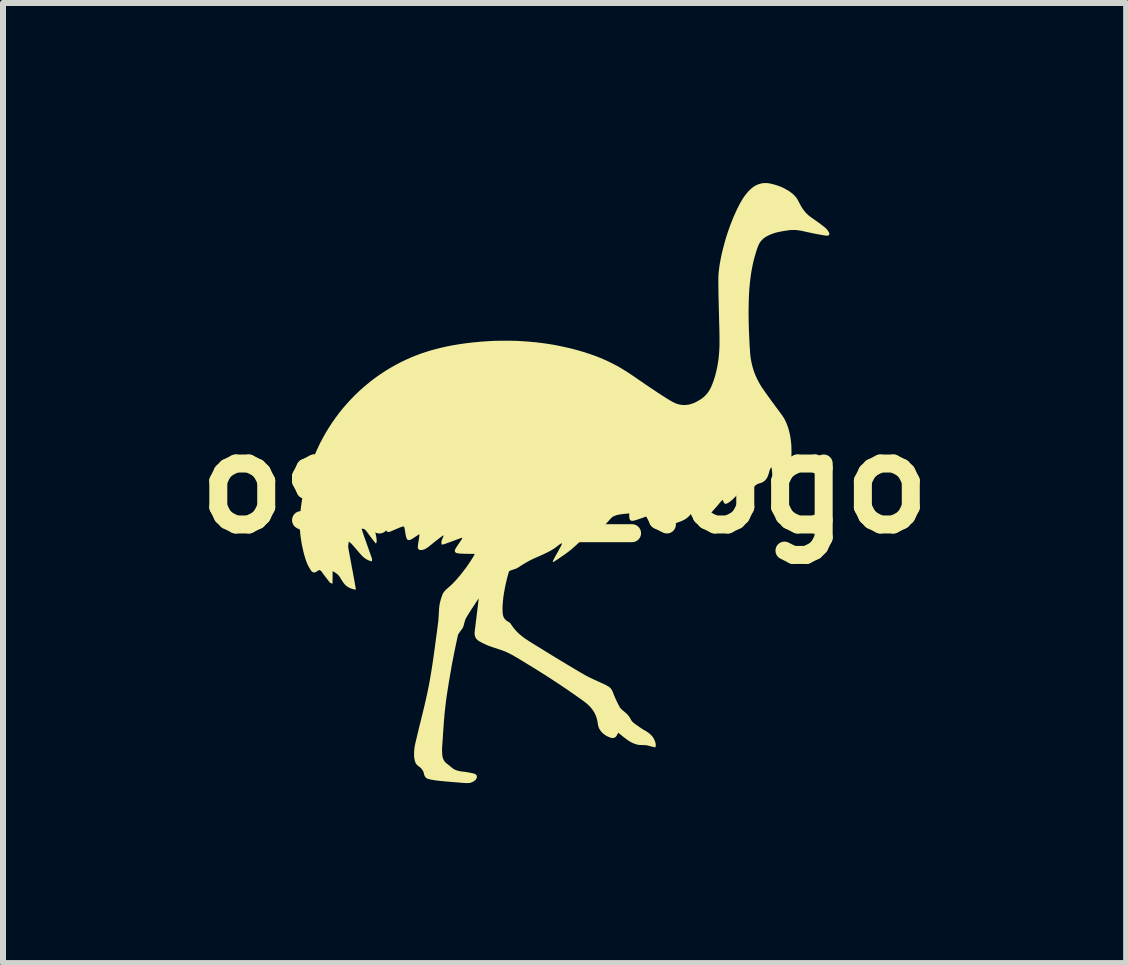
<source format=kicad_pcb>
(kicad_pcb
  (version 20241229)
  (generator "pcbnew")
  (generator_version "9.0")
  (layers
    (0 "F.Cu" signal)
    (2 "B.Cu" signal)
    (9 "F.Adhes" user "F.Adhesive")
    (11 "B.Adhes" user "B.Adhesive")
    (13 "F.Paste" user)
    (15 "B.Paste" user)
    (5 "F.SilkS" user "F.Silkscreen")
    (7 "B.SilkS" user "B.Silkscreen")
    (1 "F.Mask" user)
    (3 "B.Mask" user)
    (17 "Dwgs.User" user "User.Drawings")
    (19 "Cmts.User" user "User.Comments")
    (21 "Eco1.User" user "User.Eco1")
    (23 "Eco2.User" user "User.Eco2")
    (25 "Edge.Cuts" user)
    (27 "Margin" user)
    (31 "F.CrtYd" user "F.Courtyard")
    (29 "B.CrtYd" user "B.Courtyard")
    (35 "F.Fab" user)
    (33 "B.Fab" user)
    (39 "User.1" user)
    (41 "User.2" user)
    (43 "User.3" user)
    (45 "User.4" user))
  (footprint "osmu_logo"
    (layer "F.Cu")
    (at 6.357 5)
    (property "Reference" "osmu_logo" (at 0 0 0) (layer "F.SilkS") (effects (font (size 1.524 1.524) (thickness 0.3))))
    (attr board_only exclude_from_pos_files exclude_from_bom)
    (fp_poly (pts (xy 3.391 -4.998) (xy 3.402 -4.996) (xy 3.423 -4.992) (xy 3.447 -4.987) (xy 3.472 -4.981) (xy 3.498 -4.974) (xy 3.524 -4.966) (xy 3.55 -4.958) (xy 3.575 -4.949) (xy 3.598 -4.94) (xy 3.604 -4.938) (xy 3.638 -4.923) (xy 3.671 -4.906) (xy 3.703 -4.888) (xy 3.734 -4.87) (xy 3.762 -4.85) (xy 3.789 -4.83) (xy 3.812 -4.81) (xy 3.821 -4.802) (xy 3.833 -4.79) (xy 3.843 -4.779) (xy 3.852 -4.768) (xy 3.861 -4.757) (xy 3.87 -4.745) (xy 3.878 -4.732) (xy 3.887 -4.717) (xy 3.896 -4.7) (xy 3.906 -4.68) (xy 3.907 -4.679) (xy 3.921 -4.652) (xy 3.934 -4.629) (xy 3.946 -4.607) (xy 3.958 -4.587) (xy 3.971 -4.569) (xy 3.983 -4.551) (xy 3.996 -4.535) (xy 4.01 -4.518) (xy 4.016 -4.51) (xy 4.03 -4.495) (xy 4.045 -4.481) (xy 4.059 -4.467) (xy 4.075 -4.454) (xy 4.093 -4.44) (xy 4.112 -4.426) (xy 4.132 -4.412) (xy 4.148 -4.401) (xy 4.164 -4.39) (xy 4.182 -4.377) (xy 4.2 -4.364) (xy 4.218 -4.351) (xy 4.237 -4.338) (xy 4.255 -4.325) (xy 4.272 -4.312) (xy 4.288 -4.299) (xy 4.304 -4.288) (xy 4.317 -4.277) (xy 4.33 -4.267) (xy 4.34 -4.259) (xy 4.348 -4.252) (xy 4.351 -4.249) (xy 4.36 -4.24) (xy 4.369 -4.23) (xy 4.379 -4.218) (xy 4.388 -4.206) (xy 4.395 -4.195) (xy 4.402 -4.184) (xy 4.407 -4.175) (xy 4.409 -4.17) (xy 4.412 -4.161) (xy 4.412 -4.152) (xy 4.411 -4.143) (xy 4.409 -4.137) (xy 4.408 -4.136) (xy 4.405 -4.133) (xy 4.4 -4.129) (xy 4.397 -4.127) (xy 4.392 -4.125) (xy 4.385 -4.124) (xy 4.378 -4.123) (xy 4.368 -4.123) (xy 4.357 -4.124) (xy 4.343 -4.126) (xy 4.326 -4.128) (xy 4.321 -4.129) (xy 4.304 -4.132) (xy 4.284 -4.135) (xy 4.262 -4.139) (xy 4.238 -4.144) (xy 4.213 -4.148) (xy 4.187 -4.153) (xy 4.161 -4.158) (xy 4.135 -4.163) (xy 4.11 -4.169) (xy 4.086 -4.174) (xy 4.064 -4.178) (xy 4.043 -4.183) (xy 4.036 -4.185) (xy 4.007 -4.191) (xy 3.981 -4.197) (xy 3.958 -4.202) (xy 3.937 -4.206) (xy 3.918 -4.209) (xy 3.9 -4.212) (xy 3.884 -4.214) (xy 3.868 -4.216) (xy 3.853 -4.217) (xy 3.838 -4.218) (xy 3.823 -4.218) (xy 3.807 -4.218) (xy 3.803 -4.218) (xy 3.791 -4.217) (xy 3.778 -4.217) (xy 3.766 -4.216) (xy 3.752 -4.215) (xy 3.737 -4.213) (xy 3.721 -4.211) (xy 3.703 -4.208) (xy 3.682 -4.205) (xy 3.664 -4.203) (xy 3.621 -4.195) (xy 3.58 -4.187) (xy 3.542 -4.179) (xy 3.507 -4.169) (xy 3.473 -4.158) (xy 3.441 -4.146) (xy 3.41 -4.132) (xy 3.396 -4.126) (xy 3.376 -4.116) (xy 3.359 -4.106) (xy 3.344 -4.097) (xy 3.33 -4.087) (xy 3.316 -4.077) (xy 3.303 -4.065) (xy 3.3 -4.061) (xy 3.285 -4.047) (xy 3.272 -4.032) (xy 3.26 -4.016) (xy 3.25 -4) (xy 3.24 -3.982) (xy 3.231 -3.962) (xy 3.222 -3.94) (xy 3.213 -3.915) (xy 3.212 -3.914) (xy 3.19 -3.846) (xy 3.17 -3.777) (xy 3.151 -3.707) (xy 3.135 -3.637) (xy 3.121 -3.565) (xy 3.108 -3.491) (xy 3.098 -3.416) (xy 3.089 -3.338) (xy 3.085 -3.299) (xy 3.083 -3.272) (xy 3.08 -3.246) (xy 3.078 -3.219) (xy 3.077 -3.193) (xy 3.075 -3.165) (xy 3.074 -3.137) (xy 3.073 -3.108) (xy 3.071 -3.076) (xy 3.07 -3.043) (xy 3.069 -3.007) (xy 3.069 -2.969) (xy 3.068 -2.947) (xy 3.067 -2.88) (xy 3.067 -2.811) (xy 3.068 -2.738) (xy 3.069 -2.663) (xy 3.071 -2.586) (xy 3.074 -2.505) (xy 3.078 -2.421) (xy 3.082 -2.334) (xy 3.087 -2.245) (xy 3.088 -2.233) (xy 3.09 -2.209) (xy 3.091 -2.189) (xy 3.092 -2.17) (xy 3.094 -2.153) (xy 3.095 -2.138) (xy 3.097 -2.124) (xy 3.098 -2.11) (xy 3.1 -2.096) (xy 3.101 -2.088) (xy 3.112 -2.026) (xy 3.125 -1.966) (xy 3.142 -1.906) (xy 3.161 -1.848) (xy 3.184 -1.79) (xy 3.21 -1.733) (xy 3.239 -1.677) (xy 3.272 -1.621) (xy 3.288 -1.595) (xy 3.296 -1.583) (xy 3.306 -1.569) (xy 3.318 -1.552) (xy 3.331 -1.533) (xy 3.346 -1.512) (xy 3.362 -1.489) (xy 3.38 -1.464) (xy 3.399 -1.438) (xy 3.419 -1.41) (xy 3.44 -1.381) (xy 3.463 -1.35) (xy 3.486 -1.319) (xy 3.51 -1.286) (xy 3.534 -1.253) (xy 3.56 -1.219) (xy 3.57 -1.205) (xy 3.585 -1.185) (xy 3.598 -1.166) (xy 3.61 -1.151) (xy 3.62 -1.136) (xy 3.629 -1.124) (xy 3.637 -1.112) (xy 3.644 -1.102) (xy 3.65 -1.092) (xy 3.656 -1.083) (xy 3.661 -1.074) (xy 3.666 -1.065) (xy 3.671 -1.056) (xy 3.676 -1.046) (xy 3.681 -1.036) (xy 3.7 -0.993) (xy 3.718 -0.947) (xy 3.733 -0.899) (xy 3.746 -0.849) (xy 3.758 -0.797) (xy 3.767 -0.743) (xy 3.774 -0.687) (xy 3.779 -0.63) (xy 3.781 -0.571) (xy 3.782 -0.51) (xy 3.781 -0.496) (xy 3.781 -0.475) (xy 3.78 -0.456) (xy 3.78 -0.44) (xy 3.779 -0.426) (xy 3.778 -0.413) (xy 3.776 -0.401) (xy 3.774 -0.39) (xy 3.771 -0.378) (xy 3.767 -0.366) (xy 3.763 -0.353) (xy 3.758 -0.338) (xy 3.752 -0.321) (xy 3.745 -0.302) (xy 3.743 -0.297) (xy 3.738 -0.285) (xy 3.734 -0.275) (xy 3.731 -0.269) (xy 3.727 -0.264) (xy 3.724 -0.261) (xy 3.721 -0.26) (xy 3.719 -0.26) (xy 3.714 -0.261) (xy 3.709 -0.263) (xy 3.705 -0.268) (xy 3.7 -0.275) (xy 3.695 -0.285) (xy 3.69 -0.297) (xy 3.684 -0.313) (xy 3.683 -0.314) (xy 3.681 -0.322) (xy 3.678 -0.329) (xy 3.676 -0.334) (xy 3.675 -0.336) (xy 3.675 -0.337) (xy 3.673 -0.337) (xy 3.67 -0.335) (xy 3.665 -0.331) (xy 3.66 -0.325) (xy 3.653 -0.318) (xy 3.651 -0.315) (xy 3.643 -0.305) (xy 3.635 -0.294) (xy 3.627 -0.283) (xy 3.62 -0.27) (xy 3.613 -0.256) (xy 3.605 -0.24) (xy 3.597 -0.222) (xy 3.588 -0.202) (xy 3.578 -0.179) (xy 3.569 -0.158) (xy 3.56 -0.141) (xy 3.552 -0.125) (xy 3.544 -0.112) (xy 3.536 -0.099) (xy 3.528 -0.088) (xy 3.528 -0.088) (xy 3.524 -0.083) (xy 3.519 -0.077) (xy 3.513 -0.071) (xy 3.507 -0.065) (xy 3.502 -0.06) (xy 3.497 -0.055) (xy 3.494 -0.053) (xy 3.493 -0.052) (xy 3.491 -0.054) (xy 3.488 -0.057) (xy 3.485 -0.063) (xy 3.481 -0.069) (xy 3.477 -0.076) (xy 3.474 -0.083) (xy 3.474 -0.084) (xy 3.47 -0.093) (xy 3.467 -0.101) (xy 3.465 -0.11) (xy 3.463 -0.12) (xy 3.462 -0.132) (xy 3.461 -0.145) (xy 3.46 -0.161) (xy 3.459 -0.176) (xy 3.458 -0.193) (xy 3.457 -0.209) (xy 3.455 -0.222) (xy 3.453 -0.233) (xy 3.451 -0.243) (xy 3.449 -0.253) (xy 3.448 -0.255) (xy 3.444 -0.268) (xy 3.436 -0.252) (xy 3.429 -0.238) (xy 3.423 -0.227) (xy 3.419 -0.215) (xy 3.415 -0.204) (xy 3.411 -0.191) (xy 3.41 -0.184) (xy 3.402 -0.157) (xy 3.394 -0.133) (xy 3.386 -0.112) (xy 3.377 -0.093) (xy 3.367 -0.076) (xy 3.366 -0.075) (xy 3.352 -0.057) (xy 3.338 -0.041) (xy 3.321 -0.028) (xy 3.303 -0.016) (xy 3.283 -0.007) (xy 3.261 0.000075) (xy 3.258 0.001) (xy 3.239 0.006) (xy 3.223 0.012) (xy 3.209 0.019) (xy 3.197 0.027) (xy 3.184 0.036) (xy 3.174 0.046) (xy 3.168 0.052) (xy 3.163 0.057) (xy 3.158 0.063) (xy 3.153 0.069) (xy 3.147 0.077) (xy 3.14 0.086) (xy 3.132 0.097) (xy 3.125 0.107) (xy 3.111 0.126) (xy 3.098 0.143) (xy 3.087 0.157) (xy 3.076 0.169) (xy 3.067 0.179) (xy 3.058 0.187) (xy 3.05 0.194) (xy 3.041 0.2) (xy 3.033 0.204) (xy 3.025 0.208) (xy 3.024 0.208) (xy 3.018 0.21) (xy 3.011 0.212) (xy 3.003 0.214) (xy 2.994 0.216) (xy 2.986 0.218) (xy 2.979 0.22) (xy 2.974 0.22) (xy 2.973 0.22) (xy 2.972 0.22) (xy 2.971 0.219) (xy 2.97 0.217) (xy 2.968 0.214) (xy 2.967 0.208) (xy 2.965 0.201) (xy 2.963 0.192) (xy 2.96 0.179) (xy 2.958 0.171) (xy 2.955 0.159) (xy 2.953 0.148) (xy 2.95 0.139) (xy 2.949 0.131) (xy 2.947 0.126) (xy 2.946 0.123) (xy 2.946 0.123) (xy 2.945 0.124) (xy 2.942 0.127) (xy 2.937 0.132) (xy 2.931 0.139) (xy 2.924 0.146) (xy 2.917 0.153) (xy 2.896 0.177) (xy 2.874 0.199) (xy 2.854 0.22) (xy 2.834 0.24) (xy 2.815 0.258) (xy 2.798 0.274) (xy 2.783 0.287) (xy 2.769 0.299) (xy 2.769 0.299) (xy 2.751 0.313) (xy 2.735 0.324) (xy 2.72 0.333) (xy 2.708 0.339) (xy 2.697 0.343) (xy 2.687 0.345) (xy 2.679 0.345) (xy 2.677 0.345) (xy 2.669 0.341) (xy 2.661 0.334) (xy 2.654 0.324) (xy 2.648 0.312) (xy 2.642 0.296) (xy 2.641 0.293) (xy 2.639 0.287) (xy 2.637 0.283) (xy 2.636 0.28) (xy 2.636 0.28) (xy 2.634 0.281) (xy 2.63 0.283) (xy 2.626 0.287) (xy 2.62 0.292) (xy 2.614 0.298) (xy 2.608 0.304) (xy 2.607 0.305) (xy 2.604 0.309) (xy 2.599 0.315) (xy 2.592 0.322) (xy 2.585 0.331) (xy 2.576 0.342) (xy 2.567 0.353) (xy 2.557 0.364) (xy 2.553 0.369) (xy 2.53 0.396) (xy 2.509 0.42) (xy 2.49 0.441) (xy 2.473 0.461) (xy 2.458 0.478) (xy 2.443 0.493) (xy 2.43 0.506) (xy 2.419 0.518) (xy 2.409 0.528) (xy 2.399 0.536) (xy 2.392 0.542) (xy 2.374 0.554) (xy 2.354 0.566) (xy 2.332 0.578) (xy 2.313 0.588) (xy 2.298 0.595) (xy 2.285 0.6) (xy 2.275 0.604) (xy 2.266 0.606) (xy 2.259 0.607) (xy 2.257 0.607) (xy 2.248 0.607) (xy 2.242 0.604) (xy 2.237 0.599) (xy 2.234 0.592) (xy 2.233 0.582) (xy 2.233 0.58) (xy 2.233 0.577) (xy 2.233 0.573) (xy 2.233 0.569) (xy 2.233 0.565) (xy 2.234 0.559) (xy 2.235 0.553) (xy 2.237 0.544) (xy 2.239 0.534) (xy 2.241 0.522) (xy 2.244 0.507) (xy 2.247 0.49) (xy 2.251 0.471) (xy 2.256 0.446) (xy 2.26 0.425) (xy 2.264 0.406) (xy 2.267 0.389) (xy 2.27 0.375) (xy 2.272 0.363) (xy 2.274 0.353) (xy 2.276 0.344) (xy 2.277 0.337) (xy 2.278 0.331) (xy 2.279 0.326) (xy 2.279 0.322) (xy 2.279 0.318) (xy 2.28 0.315) (xy 2.28 0.312) (xy 2.28 0.308) (xy 2.28 0.288) (xy 2.273 0.285) (xy 2.266 0.283) (xy 2.24 0.32) (xy 2.234 0.329) (xy 2.226 0.341) (xy 2.217 0.354) (xy 2.207 0.369) (xy 2.196 0.384) (xy 2.186 0.399) (xy 2.176 0.414) (xy 2.171 0.422) (xy 2.158 0.442) (xy 2.146 0.459) (xy 2.136 0.474) (xy 2.127 0.487) (xy 2.119 0.498) (xy 2.112 0.508) (xy 2.105 0.516) (xy 2.098 0.524) (xy 2.092 0.531) (xy 2.086 0.538) (xy 2.08 0.545) (xy 2.062 0.562) (xy 2.045 0.578) (xy 2.026 0.591) (xy 2.007 0.604) (xy 1.986 0.615) (xy 1.963 0.627) (xy 1.954 0.63) (xy 1.947 0.633) (xy 1.938 0.637) (xy 1.928 0.641) (xy 1.917 0.645) (xy 1.905 0.649) (xy 1.893 0.654) (xy 1.881 0.658) (xy 1.87 0.662) (xy 1.86 0.666) (xy 1.851 0.669) (xy 1.844 0.671) (xy 1.839 0.673) (xy 1.837 0.673) (xy 1.837 0.673) (xy 1.836 0.671) (xy 1.834 0.667) (xy 1.832 0.66) (xy 1.829 0.652) (xy 1.825 0.643) (xy 1.825 0.643) (xy 1.821 0.632) (xy 1.817 0.624) (xy 1.815 0.619) (xy 1.813 0.615) (xy 1.811 0.614) (xy 1.811 0.614) (xy 1.807 0.615) (xy 1.799 0.616) (xy 1.789 0.619) (xy 1.776 0.623) (xy 1.76 0.628) (xy 1.741 0.634) (xy 1.721 0.641) (xy 1.698 0.649) (xy 1.672 0.658) (xy 1.669 0.659) (xy 1.642 0.669) (xy 1.618 0.676) (xy 1.596 0.683) (xy 1.576 0.688) (xy 1.557 0.692) (xy 1.538 0.695) (xy 1.52 0.697) (xy 1.501 0.698) (xy 1.501 0.698) (xy 1.491 0.699) (xy 1.48 0.698) (xy 1.468 0.698) (xy 1.457 0.697) (xy 1.446 0.696) (xy 1.437 0.695) (xy 1.429 0.694) (xy 1.423 0.692) (xy 1.42 0.691) (xy 1.42 0.689) (xy 1.421 0.684) (xy 1.423 0.677) (xy 1.426 0.668) (xy 1.429 0.657) (xy 1.433 0.644) (xy 1.437 0.629) (xy 1.441 0.614) (xy 1.443 0.607) (xy 1.448 0.591) (xy 1.453 0.576) (xy 1.457 0.563) (xy 1.46 0.55) (xy 1.463 0.54) (xy 1.466 0.532) (xy 1.467 0.526) (xy 1.468 0.523) (xy 1.468 0.523) (xy 1.467 0.522) (xy 1.462 0.523) (xy 1.455 0.525) (xy 1.444 0.528) (xy 1.431 0.533) (xy 1.415 0.538) (xy 1.396 0.544) (xy 1.375 0.552) (xy 1.35 0.561) (xy 1.346 0.562) (xy 1.316 0.573) (xy 1.288 0.583) (xy 1.262 0.592) (xy 1.238 0.6) (xy 1.217 0.607) (xy 1.199 0.613) (xy 1.183 0.618) (xy 1.17 0.622) (xy 1.166 0.623) (xy 1.156 0.626) (xy 1.147 0.627) (xy 1.137 0.628) (xy 1.131 0.628) (xy 1.123 0.628) (xy 1.117 0.627) (xy 1.112 0.627) (xy 1.109 0.626) (xy 1.105 0.624) (xy 1.098 0.619) (xy 1.092 0.613) (xy 1.088 0.606) (xy 1.084 0.596) (xy 1.081 0.584) (xy 1.079 0.569) (xy 1.078 0.552) (xy 1.078 0.532) (xy 1.078 0.531) (xy 1.078 0.504) (xy 1.072 0.505) (xy 1.069 0.506) (xy 1.064 0.506) (xy 1.056 0.507) (xy 1.046 0.508) (xy 1.035 0.509) (xy 1.03 0.51) (xy 1.001 0.512) (xy 0.975 0.515) (xy 0.952 0.518) (xy 0.932 0.521) (xy 0.913 0.524) (xy 0.895 0.528) (xy 0.879 0.531) (xy 0.863 0.536) (xy 0.848 0.541) (xy 0.846 0.541) (xy 0.826 0.549) (xy 0.81 0.557) (xy 0.797 0.565) (xy 0.793 0.568) (xy 0.789 0.572) (xy 0.783 0.577) (xy 0.776 0.585) (xy 0.767 0.594) (xy 0.756 0.606) (xy 0.744 0.619) (xy 0.73 0.635) (xy 0.713 0.653) (xy 0.695 0.674) (xy 0.681 0.69) (xy 0.665 0.708) (xy 0.651 0.724) (xy 0.639 0.737) (xy 0.628 0.749) (xy 0.618 0.759) (xy 0.61 0.768) (xy 0.603 0.775) (xy 0.596 0.782) (xy 0.589 0.788) (xy 0.583 0.793) (xy 0.577 0.798) (xy 0.571 0.802) (xy 0.564 0.807) (xy 0.56 0.809) (xy 0.54 0.822) (xy 0.519 0.833) (xy 0.497 0.842) (xy 0.472 0.849) (xy 0.446 0.856) (xy 0.438 0.857) (xy 0.415 0.863) (xy 0.393 0.87) (xy 0.374 0.877) (xy 0.356 0.886) (xy 0.341 0.895) (xy 0.337 0.899) (xy 0.331 0.904) (xy 0.322 0.912) (xy 0.312 0.921) (xy 0.3 0.933) (xy 0.286 0.946) (xy 0.271 0.96) (xy 0.271 0.96) (xy 0.245 0.986) (xy 0.22 1.009) (xy 0.198 1.03) (xy 0.177 1.049) (xy 0.157 1.067) (xy 0.139 1.083) (xy 0.121 1.099) (xy 0.103 1.113) (xy 0.086 1.127) (xy 0.069 1.14) (xy 0.052 1.153) (xy 0.045 1.158) (xy 0.014 1.181) (xy -0.016 1.202) (xy -0.047 1.223) (xy -0.078 1.244) (xy -0.11 1.266) (xy -0.144 1.288) (xy -0.145 1.289) (xy -0.185 1.315) (xy -0.191 1.31) (xy -0.198 1.305) (xy -0.194 1.298) (xy -0.19 1.29) (xy -0.185 1.28) (xy -0.179 1.268) (xy -0.171 1.254) (xy -0.163 1.238) (xy -0.153 1.221) (xy -0.143 1.203) (xy -0.133 1.183) (xy -0.122 1.164) (xy -0.111 1.144) (xy -0.103 1.13) (xy -0.093 1.11) (xy -0.084 1.093) (xy -0.076 1.079) (xy -0.069 1.067) (xy -0.064 1.057) (xy -0.059 1.048) (xy -0.056 1.041) (xy -0.053 1.036) (xy -0.051 1.031) (xy -0.049 1.027) (xy -0.048 1.024) (xy -0.047 1.022) (xy -0.047 1.019) (xy -0.047 1.016) (xy -0.046 1.013) (xy -0.046 1.013) (xy -0.046 1.007) (xy -0.045 1.002) (xy -0.046 1) (xy -0.046 1) (xy -0.068 1.013) (xy -0.088 1.026) (xy -0.102 1.037) (xy -0.127 1.056) (xy -0.151 1.074) (xy -0.175 1.091) (xy -0.2 1.107) (xy -0.225 1.122) (xy -0.253 1.137) (xy -0.283 1.153) (xy -0.303 1.163) (xy -0.315 1.169) (xy -0.326 1.174) (xy -0.337 1.179) (xy -0.348 1.185) (xy -0.359 1.19) (xy -0.372 1.195) (xy -0.386 1.202) (xy -0.401 1.208) (xy -0.419 1.216) (xy -0.435 1.223) (xy -0.458 1.233) (xy -0.477 1.242) (xy -0.495 1.249) (xy -0.511 1.257) (xy -0.526 1.264) (xy -0.54 1.271) (xy -0.554 1.277) (xy -0.569 1.285) (xy -0.576 1.288) (xy -0.625 1.315) (xy -0.673 1.343) (xy -0.72 1.372) (xy -0.751 1.393) (xy -0.761 1.399) (xy -0.771 1.405) (xy -0.78 1.411) (xy -0.788 1.416) (xy -0.795 1.42) (xy -0.796 1.42) (xy -0.802 1.423) (xy -0.811 1.426) (xy -0.821 1.43) (xy -0.832 1.433) (xy -0.843 1.437) (xy -0.846 1.438) (xy -0.864 1.444) (xy -0.88 1.449) (xy -0.893 1.454) (xy -0.903 1.458) (xy -0.912 1.462) (xy -0.918 1.466) (xy -0.923 1.47) (xy -0.926 1.474) (xy -0.927 1.476) (xy -0.928 1.479) (xy -0.93 1.485) (xy -0.932 1.494) (xy -0.936 1.505) (xy -0.939 1.518) (xy -0.943 1.532) (xy -0.947 1.548) (xy -0.952 1.565) (xy -0.957 1.583) (xy -0.957 1.584) (xy -0.973 1.652) (xy -0.988 1.717) (xy -1 1.781) (xy -1.011 1.843) (xy -1.02 1.904) (xy -1.026 1.964) (xy -1.031 2.024) (xy -1.032 2.039) (xy -1.033 2.061) (xy -1.034 2.084) (xy -1.033 2.106) (xy -1.033 2.128) (xy -1.032 2.149) (xy -1.03 2.168) (xy -1.028 2.185) (xy -1.026 2.199) (xy -1.026 2.2) (xy -1.019 2.222) (xy -1.011 2.242) (xy -0.999 2.26) (xy -0.985 2.276) (xy -0.968 2.291) (xy -0.949 2.304) (xy -0.94 2.309) (xy -0.926 2.317) (xy -0.914 2.325) (xy -0.905 2.333) (xy -0.899 2.341) (xy -0.899 2.341) (xy -0.878 2.373) (xy -0.857 2.402) (xy -0.836 2.429) (xy -0.814 2.455) (xy -0.791 2.479) (xy -0.767 2.503) (xy -0.74 2.526) (xy -0.715 2.547) (xy -0.706 2.554) (xy -0.697 2.561) (xy -0.688 2.568) (xy -0.679 2.575) (xy -0.669 2.582) (xy -0.658 2.59) (xy -0.647 2.598) (xy -0.634 2.606) (xy -0.62 2.615) (xy -0.605 2.625) (xy -0.588 2.636) (xy -0.569 2.648) (xy -0.548 2.661) (xy -0.525 2.675) (xy -0.5 2.691) (xy -0.472 2.709) (xy -0.469 2.71) (xy -0.394 2.756) (xy -0.322 2.801) (xy -0.252 2.844) (xy -0.185 2.885) (xy -0.12 2.924) (xy -0.057 2.963) (xy 0.004 2.999) (xy 0.063 3.035) (xy 0.121 3.069) (xy 0.177 3.103) (xy 0.231 3.135) (xy 0.249 3.146) (xy 0.27 3.158) (xy 0.287 3.168) (xy 0.303 3.177) (xy 0.317 3.185) (xy 0.329 3.192) (xy 0.341 3.199) (xy 0.351 3.204) (xy 0.361 3.21) (xy 0.372 3.215) (xy 0.382 3.221) (xy 0.393 3.226) (xy 0.406 3.233) (xy 0.417 3.238) (xy 0.428 3.243) (xy 0.437 3.248) (xy 0.446 3.252) (xy 0.454 3.256) (xy 0.463 3.26) (xy 0.472 3.265) (xy 0.481 3.269) (xy 0.491 3.274) (xy 0.503 3.279) (xy 0.516 3.285) (xy 0.531 3.292) (xy 0.548 3.3) (xy 0.567 3.308) (xy 0.584 3.316) (xy 0.605 3.326) (xy 0.624 3.334) (xy 0.64 3.341) (xy 0.654 3.348) (xy 0.666 3.354) (xy 0.676 3.359) (xy 0.685 3.363) (xy 0.693 3.367) (xy 0.7 3.371) (xy 0.706 3.375) (xy 0.711 3.378) (xy 0.725 3.386) (xy 0.736 3.393) (xy 0.745 3.4) (xy 0.752 3.405) (xy 0.759 3.41) (xy 0.764 3.415) (xy 0.769 3.421) (xy 0.774 3.427) (xy 0.777 3.431) (xy 0.783 3.44) (xy 0.789 3.45) (xy 0.795 3.461) (xy 0.801 3.474) (xy 0.807 3.489) (xy 0.812 3.501) (xy 0.818 3.517) (xy 0.825 3.536) (xy 0.834 3.556) (xy 0.842 3.576) (xy 0.851 3.596) (xy 0.857 3.608) (xy 0.863 3.621) (xy 0.869 3.634) (xy 0.876 3.648) (xy 0.883 3.662) (xy 0.89 3.677) (xy 0.897 3.69) (xy 0.904 3.704) (xy 0.911 3.716) (xy 0.916 3.726) (xy 0.921 3.735) (xy 0.925 3.741) (xy 0.927 3.745) (xy 0.935 3.754) (xy 0.946 3.765) (xy 0.958 3.777) (xy 0.973 3.79) (xy 0.99 3.803) (xy 0.99 3.804) (xy 1.013 3.823) (xy 1.033 3.841) (xy 1.051 3.859) (xy 1.066 3.877) (xy 1.079 3.894) (xy 1.091 3.913) (xy 1.101 3.932) (xy 1.102 3.933) (xy 1.107 3.943) (xy 1.112 3.952) (xy 1.118 3.96) (xy 1.124 3.968) (xy 1.131 3.976) (xy 1.139 3.984) (xy 1.148 3.992) (xy 1.16 4.001) (xy 1.173 4.012) (xy 1.189 4.023) (xy 1.19 4.024) (xy 1.215 4.041) (xy 1.237 4.057) (xy 1.257 4.071) (xy 1.275 4.083) (xy 1.293 4.095) (xy 1.309 4.105) (xy 1.325 4.115) (xy 1.34 4.123) (xy 1.362 4.136) (xy 1.382 4.149) (xy 1.399 4.161) (xy 1.414 4.173) (xy 1.429 4.185) (xy 1.434 4.19) (xy 1.455 4.212) (xy 1.474 4.236) (xy 1.489 4.262) (xy 1.502 4.289) (xy 1.508 4.305) (xy 1.512 4.317) (xy 1.515 4.329) (xy 1.517 4.34) (xy 1.519 4.35) (xy 1.52 4.358) (xy 1.52 4.36) (xy 1.52 4.364) (xy 1.519 4.371) (xy 1.519 4.378) (xy 1.517 4.386) (xy 1.516 4.393) (xy 1.515 4.399) (xy 1.514 4.402) (xy 1.514 4.403) (xy 1.512 4.403) (xy 1.507 4.403) (xy 1.5 4.401) (xy 1.491 4.399) (xy 1.481 4.397) (xy 1.469 4.394) (xy 1.457 4.391) (xy 1.444 4.388) (xy 1.432 4.385) (xy 1.42 4.382) (xy 1.419 4.381) (xy 1.405 4.378) (xy 1.394 4.375) (xy 1.385 4.372) (xy 1.376 4.37) (xy 1.368 4.369) (xy 1.36 4.368) (xy 1.352 4.367) (xy 1.342 4.366) (xy 1.331 4.366) (xy 1.318 4.365) (xy 1.302 4.365) (xy 1.285 4.365) (xy 1.271 4.364) (xy 1.259 4.364) (xy 1.249 4.363) (xy 1.239 4.362) (xy 1.231 4.361) (xy 1.223 4.36) (xy 1.215 4.358) (xy 1.206 4.356) (xy 1.197 4.353) (xy 1.168 4.344) (xy 1.138 4.332) (xy 1.108 4.317) (xy 1.077 4.299) (xy 1.05 4.281) (xy 1.044 4.276) (xy 1.037 4.272) (xy 1.03 4.267) (xy 1.023 4.261) (xy 1.014 4.254) (xy 1.005 4.247) (xy 0.994 4.239) (xy 0.981 4.229) (xy 0.967 4.217) (xy 0.95 4.204) (xy 0.94 4.196) (xy 0.895 4.159) (xy 0.887 4.174) (xy 0.881 4.187) (xy 0.873 4.199) (xy 0.866 4.211) (xy 0.858 4.221) (xy 0.851 4.229) (xy 0.85 4.23) (xy 0.839 4.238) (xy 0.829 4.243) (xy 0.817 4.247) (xy 0.805 4.248) (xy 0.791 4.247) (xy 0.775 4.244) (xy 0.758 4.239) (xy 0.739 4.231) (xy 0.732 4.228) (xy 0.702 4.214) (xy 0.675 4.197) (xy 0.651 4.179) (xy 0.629 4.16) (xy 0.609 4.139) (xy 0.593 4.116) (xy 0.579 4.093) (xy 0.572 4.077) (xy 0.566 4.061) (xy 0.561 4.044) (xy 0.557 4.025) (xy 0.554 4.005) (xy 0.548 3.97) (xy 0.541 3.937) (xy 0.532 3.907) (xy 0.522 3.878) (xy 0.51 3.851) (xy 0.496 3.824) (xy 0.493 3.817) (xy 0.479 3.795) (xy 0.464 3.774) (xy 0.448 3.753) (xy 0.431 3.733) (xy 0.411 3.712) (xy 0.403 3.704) (xy 0.395 3.696) (xy 0.386 3.688) (xy 0.378 3.681) (xy 0.37 3.674) (xy 0.361 3.666) (xy 0.351 3.658) (xy 0.34 3.65) (xy 0.327 3.64) (xy 0.313 3.63) (xy 0.298 3.618) (xy 0.279 3.605) (xy 0.263 3.594) (xy 0.2 3.549) (xy 0.138 3.506) (xy 0.075 3.462) (xy 0.012 3.419) (xy -0.052 3.376) (xy -0.116 3.333) (xy -0.182 3.29) (xy -0.249 3.246) (xy -0.318 3.202) (xy -0.389 3.157) (xy -0.461 3.112) (xy -0.536 3.065) (xy -0.614 3.018) (xy -0.676 2.98) (xy -0.706 2.961) (xy -0.735 2.944) (xy -0.76 2.929) (xy -0.784 2.914) (xy -0.806 2.902) (xy -0.826 2.89) (xy -0.844 2.879) (xy -0.861 2.87) (xy -0.877 2.861) (xy -0.893 2.853) (xy -0.907 2.845) (xy -0.921 2.838) (xy -0.935 2.832) (xy -0.939 2.83) (xy -0.952 2.823) (xy -0.964 2.818) (xy -0.976 2.812) (xy -0.988 2.807) (xy -1.001 2.802) (xy -1.014 2.797) (xy -1.028 2.792) (xy -1.043 2.786) (xy -1.059 2.78) (xy -1.078 2.774) (xy -1.099 2.767) (xy -1.122 2.759) (xy -1.147 2.751) (xy -1.172 2.743) (xy -1.194 2.735) (xy -1.214 2.729) (xy -1.231 2.723) (xy -1.247 2.717) (xy -1.261 2.712) (xy -1.274 2.707) (xy -1.286 2.702) (xy -1.298 2.697) (xy -1.309 2.692) (xy -1.325 2.685) (xy -1.342 2.676) (xy -1.36 2.668) (xy -1.377 2.659) (xy -1.394 2.65) (xy -1.409 2.641) (xy -1.423 2.634) (xy -1.434 2.627) (xy -1.434 2.626) (xy -1.452 2.613) (xy -1.467 2.598) (xy -1.479 2.582) (xy -1.488 2.563) (xy -1.494 2.544) (xy -1.498 2.522) (xy -1.499 2.512) (xy -1.499 2.508) (xy -1.499 2.504) (xy -1.499 2.5) (xy -1.499 2.495) (xy -1.498 2.49) (xy -1.498 2.484) (xy -1.497 2.477) (xy -1.496 2.468) (xy -1.495 2.457) (xy -1.494 2.445) (xy -1.492 2.43) (xy -1.49 2.413) (xy -1.487 2.394) (xy -1.485 2.372) (xy -1.482 2.352) (xy -1.477 2.307) (xy -1.471 2.265) (xy -1.467 2.225) (xy -1.462 2.187) (xy -1.458 2.152) (xy -1.453 2.118) (xy -1.45 2.087) (xy -1.446 2.059) (xy -1.443 2.032) (xy -1.44 2.009) (xy -1.438 1.988) (xy -1.436 1.97) (xy -1.434 1.955) (xy -1.433 1.942) (xy -1.432 1.933) (xy -1.431 1.926) (xy -1.431 1.923) (xy -1.431 1.922) (xy -1.433 1.924) (xy -1.436 1.928) (xy -1.44 1.935) (xy -1.445 1.943) (xy -1.452 1.953) (xy -1.46 1.964) (xy -1.468 1.977) (xy -1.477 1.99) (xy -1.486 2.004) (xy -1.495 2.019) (xy -1.505 2.033) (xy -1.514 2.047) (xy -1.523 2.061) (xy -1.532 2.074) (xy -1.54 2.086) (xy -1.547 2.097) (xy -1.553 2.106) (xy -1.557 2.112) (xy -1.567 2.128) (xy -1.577 2.144) (xy -1.587 2.16) (xy -1.597 2.176) (xy -1.607 2.192) (xy -1.616 2.206) (xy -1.624 2.22) (xy -1.631 2.232) (xy -1.638 2.243) (xy -1.642 2.252) (xy -1.646 2.258) (xy -1.646 2.258) (xy -1.65 2.268) (xy -1.656 2.282) (xy -1.661 2.299) (xy -1.667 2.319) (xy -1.671 2.334) (xy -1.675 2.351) (xy -1.679 2.366) (xy -1.683 2.379) (xy -1.686 2.389) (xy -1.69 2.398) (xy -1.693 2.406) (xy -1.697 2.413) (xy -1.701 2.42) (xy -1.705 2.426) (xy -1.71 2.433) (xy -1.712 2.436) (xy -1.717 2.442) (xy -1.721 2.448) (xy -1.726 2.454) (xy -1.731 2.46) (xy -1.736 2.468) (xy -1.743 2.478) (xy -1.751 2.489) (xy -1.757 2.497) (xy -1.761 2.503) (xy -1.764 2.508) (xy -1.767 2.513) (xy -1.77 2.518) (xy -1.772 2.523) (xy -1.775 2.53) (xy -1.777 2.538) (xy -1.779 2.547) (xy -1.782 2.559) (xy -1.785 2.573) (xy -1.789 2.589) (xy -1.789 2.592) (xy -1.799 2.64) (xy -1.809 2.685) (xy -1.818 2.727) (xy -1.826 2.768) (xy -1.834 2.807) (xy -1.842 2.844) (xy -1.849 2.881) (xy -1.856 2.917) (xy -1.863 2.953) (xy -1.87 2.989) (xy -1.877 3.025) (xy -1.884 3.063) (xy -1.89 3.102) (xy -1.897 3.142) (xy -1.905 3.184) (xy -1.912 3.229) (xy -1.92 3.277) (xy -1.924 3.296) (xy -1.932 3.348) (xy -1.94 3.396) (xy -1.947 3.443) (xy -1.954 3.487) (xy -1.961 3.53) (xy -1.967 3.572) (xy -1.972 3.613) (xy -1.978 3.652) (xy -1.982 3.692) (xy -1.987 3.731) (xy -1.991 3.77) (xy -1.996 3.81) (xy -2 3.851) (xy -2.003 3.893) (xy -2.007 3.936) (xy -2.011 3.98) (xy -2.014 4.027) (xy -2.018 4.076) (xy -2.021 4.128) (xy -2.025 4.182) (xy -2.026 4.198) (xy -2.027 4.218) (xy -2.028 4.24) (xy -2.03 4.262) (xy -2.031 4.285) (xy -2.033 4.308) (xy -2.034 4.329) (xy -2.036 4.348) (xy -2.037 4.362) (xy -2.038 4.38) (xy -2.039 4.394) (xy -2.039 4.407) (xy -2.04 4.418) (xy -2.04 4.427) (xy -2.041 4.436) (xy -2.041 4.443) (xy -2.041 4.451) (xy -2.041 4.46) (xy -2.04 4.469) (xy -2.04 4.48) (xy -2.04 4.482) (xy -2.039 4.498) (xy -2.038 4.512) (xy -2.038 4.524) (xy -2.037 4.533) (xy -2.036 4.542) (xy -2.035 4.55) (xy -2.033 4.557) (xy -2.031 4.565) (xy -2.031 4.568) (xy -2.023 4.592) (xy -2.013 4.615) (xy -2 4.635) (xy -1.994 4.643) (xy -1.99 4.649) (xy -1.985 4.654) (xy -1.98 4.658) (xy -1.975 4.664) (xy -1.968 4.669) (xy -1.959 4.676) (xy -1.948 4.684) (xy -1.947 4.685) (xy -1.936 4.693) (xy -1.925 4.702) (xy -1.914 4.711) (xy -1.904 4.72) (xy -1.899 4.724) (xy -1.884 4.737) (xy -1.87 4.748) (xy -1.857 4.758) (xy -1.843 4.766) (xy -1.831 4.773) (xy -1.814 4.78) (xy -1.796 4.787) (xy -1.777 4.793) (xy -1.756 4.798) (xy -1.733 4.802) (xy -1.707 4.806) (xy -1.688 4.808) (xy -1.662 4.811) (xy -1.635 4.815) (xy -1.608 4.82) (xy -1.58 4.825) (xy -1.555 4.83) (xy -1.531 4.835) (xy -1.516 4.839) (xy -1.5 4.844) (xy -1.487 4.85) (xy -1.477 4.857) (xy -1.469 4.866) (xy -1.464 4.877) (xy -1.462 4.887) (xy -1.461 4.899) (xy -1.463 4.911) (xy -1.468 4.923) (xy -1.475 4.935) (xy -1.486 4.947) (xy -1.5 4.959) (xy -1.504 4.962) (xy -1.525 4.976) (xy -1.546 4.986) (xy -1.567 4.993) (xy -1.573 4.995) (xy -1.578 4.996) (xy -1.583 4.997) (xy -1.588 4.997) (xy -1.595 4.997) (xy -1.604 4.998) (xy -1.615 4.998) (xy -1.619 4.998) (xy -1.629 4.998) (xy -1.639 4.998) (xy -1.649 4.998) (xy -1.66 4.997) (xy -1.672 4.997) (xy -1.685 4.996) (xy -1.7 4.995) (xy -1.718 4.993) (xy -1.723 4.993) (xy -1.765 4.989) (xy -1.805 4.986) (xy -1.842 4.983) (xy -1.875 4.98) (xy -1.906 4.978) (xy -1.935 4.975) (xy -1.962 4.973) (xy -1.986 4.971) (xy -2.008 4.969) (xy -2.029 4.967) (xy -2.047 4.965) (xy -2.065 4.963) (xy -2.081 4.962) (xy -2.095 4.96) (xy -2.109 4.959) (xy -2.122 4.957) (xy -2.134 4.955) (xy -2.146 4.954) (xy -2.157 4.952) (xy -2.168 4.95) (xy -2.179 4.949) (xy -2.19 4.947) (xy -2.201 4.945) (xy -2.212 4.943) (xy -2.224 4.941) (xy -2.242 4.937) (xy -2.257 4.934) (xy -2.27 4.93) (xy -2.281 4.927) (xy -2.29 4.923) (xy -2.298 4.918) (xy -2.305 4.912) (xy -2.312 4.906) (xy -2.312 4.906) (xy -2.32 4.898) (xy -2.325 4.89) (xy -2.33 4.88) (xy -2.335 4.87) (xy -2.339 4.857) (xy -2.342 4.846) (xy -2.346 4.83) (xy -2.35 4.816) (xy -2.355 4.804) (xy -2.361 4.793) (xy -2.366 4.785) (xy -2.376 4.769) (xy -2.387 4.756) (xy -2.401 4.742) (xy -2.416 4.73) (xy -2.432 4.718) (xy -2.447 4.707) (xy -2.459 4.696) (xy -2.469 4.683) (xy -2.478 4.67) (xy -2.486 4.654) (xy -2.492 4.636) (xy -2.497 4.616) (xy -2.501 4.593) (xy -2.504 4.578) (xy -2.505 4.568) (xy -2.506 4.558) (xy -2.507 4.548) (xy -2.507 4.537) (xy -2.507 4.524) (xy -2.507 4.51) (xy -2.507 4.488) (xy -2.506 4.467) (xy -2.504 4.446) (xy -2.502 4.425) (xy -2.499 4.402) (xy -2.495 4.378) (xy -2.49 4.353) (xy -2.484 4.325) (xy -2.479 4.305) (xy -2.461 4.229) (xy -2.442 4.151) (xy -2.423 4.07) (xy -2.402 3.986) (xy -2.392 3.946) (xy -2.381 3.901) (xy -2.371 3.859) (xy -2.361 3.819) (xy -2.352 3.783) (xy -2.344 3.748) (xy -2.336 3.716) (xy -2.329 3.686) (xy -2.323 3.658) (xy -2.316 3.631) (xy -2.31 3.605) (xy -2.305 3.581) (xy -2.3 3.557) (xy -2.295 3.534) (xy -2.29 3.512) (xy -2.285 3.49) (xy -2.281 3.469) (xy -2.276 3.447) (xy -2.272 3.425) (xy -2.27 3.416) (xy -2.26 3.368) (xy -2.251 3.317) (xy -2.241 3.264) (xy -2.232 3.208) (xy -2.222 3.149) (xy -2.212 3.088) (xy -2.202 3.024) (xy -2.192 2.957) (xy -2.182 2.887) (xy -2.172 2.813) (xy -2.168 2.785) (xy -2.167 2.776) (xy -2.165 2.765) (xy -2.163 2.75) (xy -2.161 2.734) (xy -2.158 2.715) (xy -2.156 2.694) (xy -2.153 2.672) (xy -2.15 2.649) (xy -2.146 2.624) (xy -2.143 2.599) (xy -2.14 2.573) (xy -2.136 2.548) (xy -2.133 2.522) (xy -2.129 2.497) (xy -2.126 2.472) (xy -2.123 2.449) (xy -2.12 2.426) (xy -2.117 2.405) (xy -2.115 2.386) (xy -2.113 2.369) (xy -2.111 2.354) (xy -2.109 2.342) (xy -2.108 2.333) (xy -2.107 2.33) (xy -2.105 2.312) (xy -2.103 2.293) (xy -2.101 2.271) (xy -2.1 2.247) (xy -2.098 2.221) (xy -2.096 2.191) (xy -2.096 2.187) (xy -2.094 2.158) (xy -2.093 2.132) (xy -2.091 2.109) (xy -2.09 2.088) (xy -2.088 2.068) (xy -2.086 2.05) (xy -2.084 2.034) (xy -2.081 2.018) (xy -2.078 2.002) (xy -2.074 1.986) (xy -2.07 1.97) (xy -2.066 1.953) (xy -2.061 1.936) (xy -2.055 1.916) (xy -2.048 1.895) (xy -2.047 1.893) (xy -2.041 1.876) (xy -2.035 1.859) (xy -2.028 1.845) (xy -2.021 1.831) (xy -2.012 1.818) (xy -2.002 1.805) (xy -1.991 1.792) (xy -1.978 1.778) (xy -1.962 1.764) (xy -1.944 1.748) (xy -1.94 1.744) (xy -1.914 1.721) (xy -1.889 1.698) (xy -1.863 1.673) (xy -1.838 1.647) (xy -1.812 1.62) (xy -1.786 1.591) (xy -1.76 1.56) (xy -1.732 1.527) (xy -1.704 1.491) (xy -1.675 1.453) (xy -1.645 1.414) (xy -1.635 1.401) (xy -1.625 1.386) (xy -1.614 1.37) (xy -1.603 1.354) (xy -1.591 1.337) (xy -1.579 1.319) (xy -1.568 1.302) (xy -1.557 1.285) (xy -1.546 1.268) (xy -1.536 1.252) (xy -1.527 1.238) (xy -1.519 1.225) (xy -1.513 1.213) (xy -1.508 1.204) (xy -1.504 1.197) (xy -1.503 1.194) (xy -1.501 1.188) (xy -1.499 1.183) (xy -1.498 1.18) (xy -1.497 1.18) (xy -1.499 1.179) (xy -1.503 1.179) (xy -1.51 1.179) (xy -1.52 1.179) (xy -1.53 1.179) (xy -1.542 1.179) (xy -1.55 1.179) (xy -1.586 1.179) (xy -1.619 1.178) (xy -1.65 1.178) (xy -1.678 1.177) (xy -1.703 1.176) (xy -1.726 1.175) (xy -1.746 1.174) (xy -1.763 1.172) (xy -1.777 1.17) (xy -1.787 1.168) (xy -1.8 1.165) (xy -1.811 1.159) (xy -1.819 1.152) (xy -1.825 1.145) (xy -1.828 1.136) (xy -1.828 1.135) (xy -1.829 1.13) (xy -1.829 1.125) (xy -1.828 1.12) (xy -1.826 1.114) (xy -1.823 1.107) (xy -1.82 1.099) (xy -1.815 1.09) (xy -1.808 1.079) (xy -1.801 1.067) (xy -1.792 1.053) (xy -1.781 1.037) (xy -1.769 1.018) (xy -1.755 0.999) (xy -1.743 0.981) (xy -1.733 0.966) (xy -1.724 0.953) (xy -1.717 0.942) (xy -1.712 0.934) (xy -1.708 0.928) (xy -1.706 0.924) (xy -1.705 0.921) (xy -1.705 0.921) (xy -1.705 0.919) (xy -1.707 0.917) (xy -1.709 0.912) (xy -1.711 0.91) (xy -1.712 0.91) (xy -1.717 0.912) (xy -1.723 0.914) (xy -1.733 0.918) (xy -1.744 0.922) (xy -1.756 0.926) (xy -1.77 0.932) (xy -1.786 0.937) (xy -1.797 0.942) (xy -1.827 0.953) (xy -1.854 0.963) (xy -1.878 0.972) (xy -1.9 0.98) (xy -1.919 0.987) (xy -1.936 0.993) (xy -1.951 0.998) (xy -1.964 1.003) (xy -1.976 1.007) (xy -1.985 1.011) (xy -1.994 1.013) (xy -2.001 1.016) (xy -2.007 1.018) (xy -2.012 1.019) (xy -2.017 1.02) (xy -2.021 1.021) (xy -2.024 1.022) (xy -2.028 1.022) (xy -2.031 1.023) (xy -2.035 1.023) (xy -2.036 1.023) (xy -2.047 1.024) (xy -2.05 1.009) (xy -2.051 1.001) (xy -2.052 0.993) (xy -2.053 0.986) (xy -2.053 0.984) (xy -2.052 0.978) (xy -2.05 0.969) (xy -2.047 0.958) (xy -2.042 0.944) (xy -2.036 0.929) (xy -2.029 0.91) (xy -2.027 0.906) (xy -2.015 0.876) (xy -2.018 0.873) (xy -2.019 0.873) (xy -2.021 0.872) (xy -2.022 0.872) (xy -2.024 0.873) (xy -2.027 0.875) (xy -2.031 0.878) (xy -2.037 0.882) (xy -2.045 0.888) (xy -2.054 0.895) (xy -2.066 0.903) (xy -2.069 0.906) (xy -2.087 0.92) (xy -2.104 0.932) (xy -2.119 0.944) (xy -2.132 0.954) (xy -2.145 0.964) (xy -2.157 0.974) (xy -2.17 0.984) (xy -2.183 0.994) (xy -2.197 1.005) (xy -2.205 1.013) (xy -2.225 1.028) (xy -2.242 1.042) (xy -2.257 1.054) (xy -2.27 1.064) (xy -2.282 1.073) (xy -2.292 1.08) (xy -2.302 1.086) (xy -2.311 1.091) (xy -2.319 1.096) (xy -2.327 1.1) (xy -2.335 1.103) (xy -2.343 1.106) (xy -2.357 1.11) (xy -2.372 1.114) (xy -2.386 1.115) (xy -2.399 1.116) (xy -2.41 1.114) (xy -2.418 1.112) (xy -2.428 1.106) (xy -2.436 1.098) (xy -2.441 1.087) (xy -2.444 1.075) (xy -2.445 1.064) (xy -2.444 1.055) (xy -2.443 1.045) (xy -2.442 1.031) (xy -2.44 1.014) (xy -2.437 0.995) (xy -2.433 0.972) (xy -2.429 0.947) (xy -2.428 0.94) (xy -2.425 0.922) (xy -2.423 0.906) (xy -2.421 0.893) (xy -2.42 0.882) (xy -2.419 0.874) (xy -2.419 0.868) (xy -2.419 0.866) (xy -2.419 0.859) (xy -2.419 0.854) (xy -2.419 0.851) (xy -2.419 0.851) (xy -2.421 0.852) (xy -2.425 0.854) (xy -2.431 0.858) (xy -2.439 0.863) (xy -2.448 0.87) (xy -2.459 0.877) (xy -2.471 0.885) (xy -2.481 0.891) (xy -2.494 0.9) (xy -2.507 0.908) (xy -2.519 0.916) (xy -2.53 0.923) (xy -2.54 0.929) (xy -2.548 0.934) (xy -2.554 0.938) (xy -2.556 0.939) (xy -2.571 0.945) (xy -2.585 0.949) (xy -2.597 0.949) (xy -2.608 0.947) (xy -2.617 0.942) (xy -2.623 0.937) (xy -2.627 0.931) (xy -2.63 0.924) (xy -2.634 0.914) (xy -2.638 0.901) (xy -2.642 0.886) (xy -2.646 0.869) (xy -2.65 0.848) (xy -2.654 0.825) (xy -2.658 0.798) (xy -2.659 0.792) (xy -2.661 0.78) (xy -2.663 0.769) (xy -2.665 0.758) (xy -2.667 0.75) (xy -2.668 0.744) (xy -2.669 0.74) (xy -2.669 0.74) (xy -2.673 0.731) (xy -2.679 0.726) (xy -2.686 0.723) (xy -2.695 0.723) (xy -2.7 0.724) (xy -2.705 0.725) (xy -2.712 0.728) (xy -2.723 0.732) (xy -2.735 0.737) (xy -2.751 0.743) (xy -2.768 0.75) (xy -2.787 0.758) (xy -2.808 0.767) (xy -2.831 0.777) (xy -2.855 0.787) (xy -2.881 0.798) (xy -2.886 0.801) (xy -2.902 0.807) (xy -2.915 0.812) (xy -2.927 0.814) (xy -2.937 0.814) (xy -2.946 0.813) (xy -2.954 0.809) (xy -2.961 0.803) (xy -2.968 0.794) (xy -2.97 0.792) (xy -2.972 0.789) (xy -2.974 0.787) (xy -2.976 0.784) (xy -2.979 0.78) (xy -2.981 0.775) (xy -2.985 0.769) (xy -2.989 0.762) (xy -2.994 0.754) (xy -2.999 0.743) (xy -3.006 0.731) (xy -3.014 0.717) (xy -3.024 0.7) (xy -3.035 0.68) (xy -3.035 0.679) (xy -3.052 0.649) (xy -3.067 0.621) (xy -3.082 0.595) (xy -3.096 0.571) (xy -3.108 0.549) (xy -3.119 0.529) (xy -3.129 0.512) (xy -3.138 0.497) (xy -3.145 0.485) (xy -3.151 0.475) (xy -3.155 0.469) (xy -3.157 0.466) (xy -3.161 0.461) (xy -3.165 0.455) (xy -3.171 0.448) (xy -3.177 0.44) (xy -3.184 0.432) (xy -3.191 0.424) (xy -3.197 0.416) (xy -3.203 0.41) (xy -3.207 0.404) (xy -3.211 0.401) (xy -3.212 0.399) (xy -3.215 0.399) (xy -3.219 0.4) (xy -3.22 0.4) (xy -3.226 0.402) (xy -3.224 0.445) (xy -3.224 0.458) (xy -3.223 0.47) (xy -3.222 0.482) (xy -3.222 0.492) (xy -3.221 0.5) (xy -3.22 0.505) (xy -3.219 0.512) (xy -3.217 0.523) (xy -3.215 0.537) (xy -3.211 0.554) (xy -3.207 0.574) (xy -3.203 0.596) (xy -3.197 0.622) (xy -3.191 0.65) (xy -3.184 0.68) (xy -3.18 0.698) (xy -3.173 0.728) (xy -3.168 0.754) (xy -3.162 0.778) (xy -3.158 0.799) (xy -3.153 0.817) (xy -3.15 0.834) (xy -3.147 0.848) (xy -3.144 0.861) (xy -3.142 0.872) (xy -3.14 0.882) (xy -3.138 0.891) (xy -3.137 0.899) (xy -3.136 0.906) (xy -3.135 0.912) (xy -3.134 0.918) (xy -3.133 0.924) (xy -3.133 0.93) (xy -3.132 0.936) (xy -3.132 0.943) (xy -3.132 0.944) (xy -3.131 0.954) (xy -3.131 0.962) (xy -3.131 0.969) (xy -3.131 0.974) (xy -3.132 0.979) (xy -3.133 0.984) (xy -3.133 0.985) (xy -3.134 0.992) (xy -3.136 0.996) (xy -3.137 0.999) (xy -3.139 1) (xy -3.142 1.001) (xy -3.142 1.002) (xy -3.148 1.004) (xy -3.192 0.947) (xy -3.206 0.93) (xy -3.217 0.915) (xy -3.227 0.902) (xy -3.236 0.89) (xy -3.244 0.879) (xy -3.252 0.869) (xy -3.259 0.859) (xy -3.266 0.849) (xy -3.274 0.839) (xy -3.282 0.827) (xy -3.284 0.825) (xy -3.296 0.809) (xy -3.306 0.795) (xy -3.316 0.785) (xy -3.325 0.777) (xy -3.332 0.771) (xy -3.336 0.769) (xy -3.343 0.766) (xy -3.35 0.763) (xy -3.358 0.762) (xy -3.366 0.76) (xy -3.372 0.759) (xy -3.377 0.76) (xy -3.38 0.761) (xy -3.38 0.761) (xy -3.38 0.764) (xy -3.379 0.769) (xy -3.378 0.775) (xy -3.375 0.782) (xy -3.372 0.792) (xy -3.368 0.804) (xy -3.364 0.818) (xy -3.358 0.834) (xy -3.352 0.853) (xy -3.344 0.875) (xy -3.336 0.899) (xy -3.326 0.926) (xy -3.324 0.932) (xy -3.316 0.954) (xy -3.308 0.976) (xy -3.301 0.998) (xy -3.293 1.019) (xy -3.286 1.04) (xy -3.279 1.06) (xy -3.272 1.078) (xy -3.267 1.094) (xy -3.262 1.108) (xy -3.258 1.12) (xy -3.256 1.124) (xy -3.251 1.139) (xy -3.245 1.156) (xy -3.239 1.172) (xy -3.233 1.188) (xy -3.228 1.203) (xy -3.224 1.216) (xy -3.222 1.22) (xy -3.208 1.26) (xy -3.208 1.281) (xy -3.209 1.289) (xy -3.209 1.296) (xy -3.209 1.3) (xy -3.21 1.303) (xy -3.21 1.303) (xy -3.212 1.303) (xy -3.216 1.302) (xy -3.223 1.301) (xy -3.231 1.299) (xy -3.239 1.296) (xy -3.247 1.294) (xy -3.255 1.291) (xy -3.256 1.291) (xy -3.281 1.28) (xy -3.306 1.266) (xy -3.33 1.25) (xy -3.342 1.241) (xy -3.35 1.234) (xy -3.359 1.226) (xy -3.368 1.217) (xy -3.379 1.206) (xy -3.391 1.194) (xy -3.404 1.179) (xy -3.418 1.163) (xy -3.435 1.144) (xy -3.445 1.132) (xy -3.462 1.112) (xy -3.477 1.094) (xy -3.491 1.078) (xy -3.502 1.065) (xy -3.513 1.053) (xy -3.522 1.043) (xy -3.529 1.034) (xy -3.536 1.026) (xy -3.543 1.02) (xy -3.548 1.014) (xy -3.553 1.009) (xy -3.558 1.004) (xy -3.563 1) (xy -3.567 0.996) (xy -3.571 0.993) (xy -3.578 0.987) (xy -3.584 0.982) (xy -3.59 0.978) (xy -3.593 0.976) (xy -3.594 0.975) (xy -3.595 0.976) (xy -3.596 0.979) (xy -3.596 0.983) (xy -3.597 0.988) (xy -3.598 0.996) (xy -3.599 1.005) (xy -3.6 1.009) (xy -3.602 1.024) (xy -3.604 1.035) (xy -3.605 1.045) (xy -3.605 1.054) (xy -3.605 1.062) (xy -3.604 1.07) (xy -3.603 1.079) (xy -3.602 1.081) (xy -3.6 1.093) (xy -3.598 1.108) (xy -3.595 1.126) (xy -3.591 1.146) (xy -3.587 1.169) (xy -3.582 1.194) (xy -3.577 1.221) (xy -3.572 1.25) (xy -3.566 1.281) (xy -3.56 1.313) (xy -3.554 1.346) (xy -3.548 1.381) (xy -3.541 1.416) (xy -3.534 1.452) (xy -3.527 1.488) (xy -3.527 1.488) (xy -3.52 1.528) (xy -3.513 1.565) (xy -3.507 1.599) (xy -3.501 1.63) (xy -3.496 1.658) (xy -3.492 1.683) (xy -3.488 1.705) (xy -3.485 1.725) (xy -3.482 1.741) (xy -3.48 1.753) (xy -3.479 1.763) (xy -3.478 1.77) (xy -3.478 1.772) (xy -3.479 1.774) (xy -3.48 1.775) (xy -3.483 1.775) (xy -3.486 1.774) (xy -3.514 1.769) (xy -3.541 1.762) (xy -3.567 1.752) (xy -3.591 1.741) (xy -3.613 1.729) (xy -3.617 1.726) (xy -3.635 1.713) (xy -3.651 1.699) (xy -3.666 1.683) (xy -3.681 1.665) (xy -3.682 1.663) (xy -3.688 1.655) (xy -3.694 1.645) (xy -3.702 1.634) (xy -3.71 1.622) (xy -3.718 1.61) (xy -3.725 1.598) (xy -3.731 1.588) (xy -3.734 1.583) (xy -3.747 1.561) (xy -3.762 1.542) (xy -3.778 1.525) (xy -3.797 1.509) (xy -3.818 1.494) (xy -3.819 1.493) (xy -3.825 1.489) (xy -3.832 1.485) (xy -3.84 1.481) (xy -3.847 1.476) (xy -3.854 1.473) (xy -3.86 1.47) (xy -3.863 1.468) (xy -3.864 1.468) (xy -3.864 1.47) (xy -3.865 1.474) (xy -3.865 1.482) (xy -3.865 1.491) (xy -3.865 1.503) (xy -3.865 1.517) (xy -3.865 1.532) (xy -3.865 1.549) (xy -3.865 1.567) (xy -3.865 1.572) (xy -3.865 1.59) (xy -3.865 1.607) (xy -3.866 1.623) (xy -3.866 1.637) (xy -3.866 1.649) (xy -3.866 1.66) (xy -3.866 1.668) (xy -3.866 1.673) (xy -3.867 1.675) (xy -3.867 1.675) (xy -3.869 1.675) (xy -3.873 1.674) (xy -3.879 1.672) (xy -3.886 1.67) (xy -3.892 1.667) (xy -3.898 1.666) (xy -3.901 1.664) (xy -3.902 1.664) (xy -3.904 1.662) (xy -3.908 1.658) (xy -3.914 1.651) (xy -3.921 1.643) (xy -3.929 1.633) (xy -3.938 1.622) (xy -3.948 1.609) (xy -3.958 1.596) (xy -3.969 1.582) (xy -3.98 1.568) (xy -3.991 1.553) (xy -4.002 1.539) (xy -4.013 1.524) (xy -4.023 1.511) (xy -4.027 1.505) (xy -4.038 1.49) (xy -4.047 1.477) (xy -4.055 1.467) (xy -4.063 1.46) (xy -4.07 1.455) (xy -4.076 1.451) (xy -4.083 1.45) (xy -4.09 1.451) (xy -4.098 1.454) (xy -4.107 1.458) (xy -4.117 1.464) (xy -4.127 1.471) (xy -4.139 1.479) (xy -4.15 1.484) (xy -4.159 1.487) (xy -4.168 1.489) (xy -4.177 1.489) (xy -4.177 1.489) (xy -4.187 1.487) (xy -4.195 1.484) (xy -4.203 1.479) (xy -4.212 1.472) (xy -4.22 1.462) (xy -4.23 1.449) (xy -4.233 1.444) (xy -4.249 1.418) (xy -4.264 1.391) (xy -4.279 1.363) (xy -4.292 1.333) (xy -4.304 1.301) (xy -4.316 1.267) (xy -4.333 1.212) (xy -4.348 1.155) (xy -4.362 1.096) (xy -4.375 1.035) (xy -4.386 0.974) (xy -4.395 0.912) (xy -4.403 0.851) (xy -4.407 0.805) (xy -4.408 0.792) (xy -4.408 0.777) (xy -4.409 0.759) (xy -4.41 0.74) (xy -4.41 0.719) (xy -4.41 0.699) (xy -4.41 0.678) (xy -4.41 0.658) (xy -4.41 0.639) (xy -4.41 0.622) (xy -4.41 0.607) (xy -4.409 0.6) (xy -4.403 0.511) (xy -4.395 0.421) (xy -4.383 0.332) (xy -4.369 0.242) (xy -4.352 0.151) (xy -4.332 0.06) (xy -4.314 -0.016) (xy -4.288 -0.114) (xy -4.258 -0.211) (xy -4.226 -0.306) (xy -4.192 -0.4) (xy -4.154 -0.492) (xy -4.113 -0.582) (xy -4.07 -0.672) (xy -4.023 -0.76) (xy -3.984 -0.83) (xy -3.932 -0.916) (xy -3.878 -1) (xy -3.821 -1.081) (xy -3.762 -1.161) (xy -3.701 -1.238) (xy -3.636 -1.313) (xy -3.57 -1.386) (xy -3.5 -1.458) (xy -3.429 -1.527) (xy -3.354 -1.594) (xy -3.303 -1.637) (xy -3.227 -1.699) (xy -3.148 -1.759) (xy -3.068 -1.815) (xy -2.986 -1.869) (xy -2.902 -1.92) (xy -2.817 -1.968) (xy -2.73 -2.014) (xy -2.642 -2.056) (xy -2.553 -2.096) (xy -2.549 -2.097) (xy -2.47 -2.129) (xy -2.39 -2.159) (xy -2.308 -2.186) (xy -2.225 -2.212) (xy -2.139 -2.235) (xy -2.051 -2.257) (xy -1.962 -2.277) (xy -1.87 -2.295) (xy -1.775 -2.311) (xy -1.716 -2.32) (xy -1.652 -2.329) (xy -1.588 -2.337) (xy -1.525 -2.344) (xy -1.462 -2.35) (xy -1.399 -2.356) (xy -1.334 -2.361) (xy -1.268 -2.365) (xy -1.199 -2.369) (xy -1.178 -2.37) (xy -1.167 -2.37) (xy -1.153 -2.371) (xy -1.136 -2.371) (xy -1.117 -2.371) (xy -1.096 -2.372) (xy -1.074 -2.372) (xy -1.051 -2.372) (xy -1.026 -2.372) (xy -1.001 -2.372) (xy -0.976 -2.372) (xy -0.951 -2.372) (xy -0.927 -2.372) (xy -0.903 -2.372) (xy -0.881 -2.372) (xy -0.86 -2.371) (xy -0.841 -2.371) (xy -0.824 -2.371) (xy -0.81 -2.37) (xy -0.799 -2.37) (xy -0.798 -2.37) (xy -0.713 -2.365) (xy -0.631 -2.36) (xy -0.552 -2.353) (xy -0.474 -2.346) (xy -0.399 -2.337) (xy -0.324 -2.327) (xy -0.251 -2.316) (xy -0.178 -2.304) (xy -0.105 -2.29) (xy -0.035 -2.275) (xy 0.062 -2.254) (xy 0.155 -2.231) (xy 0.246 -2.206) (xy 0.334 -2.18) (xy 0.419 -2.152) (xy 0.502 -2.123) (xy 0.582 -2.092) (xy 0.659 -2.059) (xy 0.734 -2.025) (xy 0.807 -1.989) (xy 0.877 -1.952) (xy 0.928 -1.923) (xy 0.953 -1.908) (xy 0.979 -1.892) (xy 1.007 -1.875) (xy 1.037 -1.856) (xy 1.068 -1.836) (xy 1.101 -1.814) (xy 1.136 -1.791) (xy 1.173 -1.765) (xy 1.213 -1.738) (xy 1.23 -1.726) (xy 1.255 -1.709) (xy 1.278 -1.694) (xy 1.298 -1.68) (xy 1.317 -1.667) (xy 1.334 -1.655) (xy 1.35 -1.644) (xy 1.365 -1.634) (xy 1.379 -1.624) (xy 1.393 -1.615) (xy 1.407 -1.605) (xy 1.421 -1.596) (xy 1.436 -1.586) (xy 1.452 -1.575) (xy 1.469 -1.564) (xy 1.488 -1.552) (xy 1.506 -1.539) (xy 1.542 -1.515) (xy 1.576 -1.493) (xy 1.606 -1.473) (xy 1.635 -1.455) (xy 1.661 -1.437) (xy 1.686 -1.422) (xy 1.708 -1.408) (xy 1.729 -1.395) (xy 1.748 -1.383) (xy 1.766 -1.373) (xy 1.782 -1.363) (xy 1.798 -1.355) (xy 1.812 -1.348) (xy 1.825 -1.341) (xy 1.837 -1.335) (xy 1.849 -1.33) (xy 1.86 -1.326) (xy 1.871 -1.322) (xy 1.881 -1.318) (xy 1.892 -1.315) (xy 1.9 -1.313) (xy 1.934 -1.306) (xy 1.969 -1.302) (xy 2.004 -1.301) (xy 2.039 -1.304) (xy 2.074 -1.309) (xy 2.087 -1.312) (xy 2.117 -1.321) (xy 2.147 -1.331) (xy 2.177 -1.344) (xy 2.207 -1.36) (xy 2.239 -1.378) (xy 2.267 -1.395) (xy 2.287 -1.409) (xy 2.305 -1.422) (xy 2.321 -1.436) (xy 2.336 -1.449) (xy 2.344 -1.457) (xy 2.362 -1.476) (xy 2.379 -1.496) (xy 2.395 -1.518) (xy 2.41 -1.541) (xy 2.424 -1.566) (xy 2.438 -1.592) (xy 2.451 -1.622) (xy 2.464 -1.653) (xy 2.477 -1.688) (xy 2.488 -1.719) (xy 2.508 -1.782) (xy 2.525 -1.848) (xy 2.54 -1.915) (xy 2.553 -1.984) (xy 2.564 -2.055) (xy 2.572 -2.128) (xy 2.576 -2.177) (xy 2.577 -2.195) (xy 2.578 -2.213) (xy 2.579 -2.231) (xy 2.58 -2.249) (xy 2.581 -2.268) (xy 2.582 -2.288) (xy 2.582 -2.309) (xy 2.582 -2.331) (xy 2.582 -2.354) (xy 2.582 -2.378) (xy 2.582 -2.405) (xy 2.582 -2.433) (xy 2.582 -2.463) (xy 2.581 -2.496) (xy 2.58 -2.531) (xy 2.58 -2.569) (xy 2.579 -2.609) (xy 2.577 -2.653) (xy 2.577 -2.664) (xy 2.576 -2.692) (xy 2.576 -2.72) (xy 2.575 -2.749) (xy 2.574 -2.778) (xy 2.574 -2.806) (xy 2.573 -2.834) (xy 2.572 -2.86) (xy 2.572 -2.886) (xy 2.571 -2.909) (xy 2.57 -2.93) (xy 2.57 -2.949) (xy 2.57 -2.964) (xy 2.57 -2.965) (xy 2.569 -2.986) (xy 2.569 -3.009) (xy 2.568 -3.033) (xy 2.567 -3.058) (xy 2.567 -3.082) (xy 2.566 -3.105) (xy 2.566 -3.127) (xy 2.565 -3.146) (xy 2.565 -3.152) (xy 2.565 -3.17) (xy 2.564 -3.19) (xy 2.564 -3.213) (xy 2.564 -3.236) (xy 2.564 -3.261) (xy 2.563 -3.285) (xy 2.563 -3.309) (xy 2.563 -3.331) (xy 2.563 -3.341) (xy 2.563 -3.365) (xy 2.563 -3.386) (xy 2.563 -3.405) (xy 2.563 -3.421) (xy 2.564 -3.436) (xy 2.564 -3.449) (xy 2.565 -3.462) (xy 2.565 -3.474) (xy 2.566 -3.487) (xy 2.567 -3.499) (xy 2.569 -3.512) (xy 2.57 -3.527) (xy 2.572 -3.543) (xy 2.572 -3.544) (xy 2.579 -3.601) (xy 2.588 -3.659) (xy 2.599 -3.719) (xy 2.611 -3.781) (xy 2.625 -3.844) (xy 2.641 -3.909) (xy 2.658 -3.973) (xy 2.676 -4.038) (xy 2.695 -4.103) (xy 2.716 -4.168) (xy 2.738 -4.231) (xy 2.76 -4.294) (xy 2.772 -4.324) (xy 2.788 -4.365) (xy 2.804 -4.406) (xy 2.821 -4.446) (xy 2.839 -4.486) (xy 2.856 -4.524) (xy 2.874 -4.562) (xy 2.892 -4.598) (xy 2.909 -4.632) (xy 2.926 -4.665) (xy 2.943 -4.694) (xy 2.959 -4.722) (xy 2.971 -4.741) (xy 2.995 -4.777) (xy 3.021 -4.811) (xy 3.047 -4.843) (xy 3.073 -4.872) (xy 3.1 -4.898) (xy 3.127 -4.921) (xy 3.154 -4.941) (xy 3.181 -4.957) (xy 3.196 -4.965) (xy 3.227 -4.978) (xy 3.259 -4.988) (xy 3.291 -4.996) (xy 3.324 -4.999) (xy 3.357 -5)) (stroke (width 0) (type solid)) (fill yes) (layer "F.SilkS")))
  (gr_rect
    (start -3 -3)
    (end 15.715 12.998)
    (stroke (width 0.1) (type default))
    (fill no)
    (layer "Edge.Cuts")))
</source>
